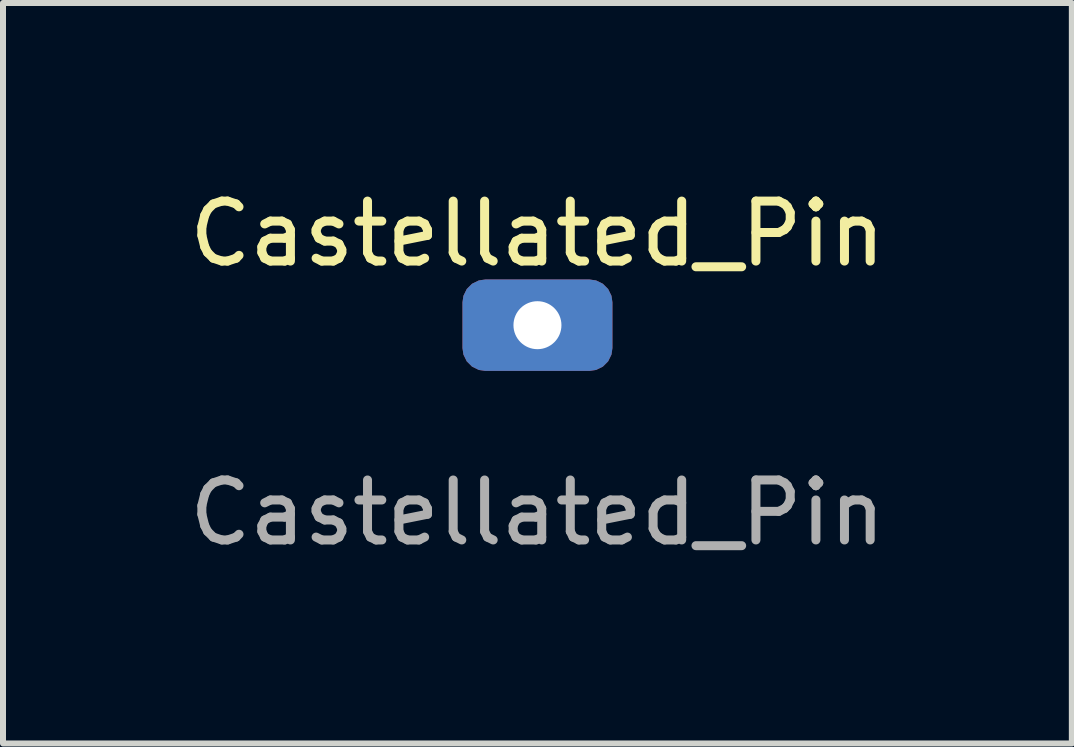
<source format=kicad_pcb>
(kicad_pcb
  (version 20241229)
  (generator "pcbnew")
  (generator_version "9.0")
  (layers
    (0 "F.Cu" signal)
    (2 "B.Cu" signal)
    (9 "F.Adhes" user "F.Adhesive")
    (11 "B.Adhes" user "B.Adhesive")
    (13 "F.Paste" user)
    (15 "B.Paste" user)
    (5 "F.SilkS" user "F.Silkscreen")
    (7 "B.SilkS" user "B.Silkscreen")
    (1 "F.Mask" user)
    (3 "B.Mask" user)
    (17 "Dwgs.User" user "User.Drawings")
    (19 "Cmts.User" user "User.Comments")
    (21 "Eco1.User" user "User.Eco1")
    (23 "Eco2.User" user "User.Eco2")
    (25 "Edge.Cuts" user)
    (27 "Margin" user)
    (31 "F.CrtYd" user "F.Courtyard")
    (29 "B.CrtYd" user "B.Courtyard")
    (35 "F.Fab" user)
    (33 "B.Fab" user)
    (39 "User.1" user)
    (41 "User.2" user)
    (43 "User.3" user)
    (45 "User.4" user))
  (footprint "Castellated_Pin"
    (layer "F.Cu")
    (at 5.911 2.372)
    (property "Reference" "Castellated_Pin" (at 0 -1.524 0) (unlocked yes) (layer "F.SilkS") (effects (font (size 1 1) (thickness 0.15))))
    (attr through_hole)
    (fp_text user "${REFERENCE}" (at 0 3.126 0) (unlocked yes) (layer "F.Fab") (effects (font (size 1 1) (thickness 0.15))))
    (pad "1" thru_hole roundrect (at 0 0) (size 2.5 1.524) (drill 0.8) (layers "*.Cu" "*.Mask") (roundrect_rratio 0.25)))
  (gr_rect
    (start -3 -3)
    (end 14.821 9.346)
    (stroke (width 0.1) (type default))
    (fill no)
    (layer "Edge.Cuts")))
</source>
